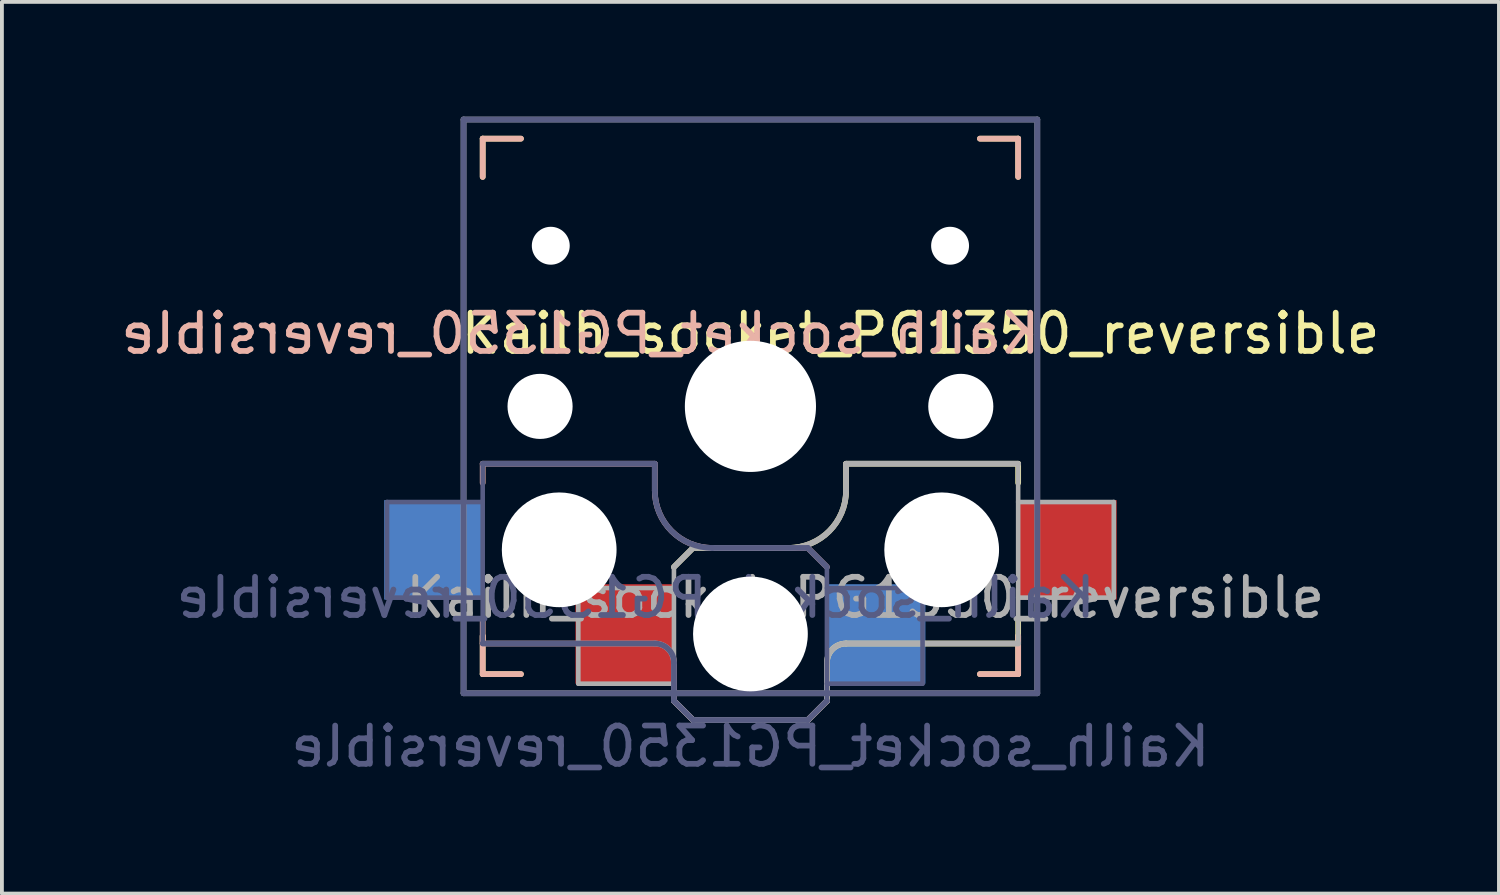
<source format=kicad_pcb>
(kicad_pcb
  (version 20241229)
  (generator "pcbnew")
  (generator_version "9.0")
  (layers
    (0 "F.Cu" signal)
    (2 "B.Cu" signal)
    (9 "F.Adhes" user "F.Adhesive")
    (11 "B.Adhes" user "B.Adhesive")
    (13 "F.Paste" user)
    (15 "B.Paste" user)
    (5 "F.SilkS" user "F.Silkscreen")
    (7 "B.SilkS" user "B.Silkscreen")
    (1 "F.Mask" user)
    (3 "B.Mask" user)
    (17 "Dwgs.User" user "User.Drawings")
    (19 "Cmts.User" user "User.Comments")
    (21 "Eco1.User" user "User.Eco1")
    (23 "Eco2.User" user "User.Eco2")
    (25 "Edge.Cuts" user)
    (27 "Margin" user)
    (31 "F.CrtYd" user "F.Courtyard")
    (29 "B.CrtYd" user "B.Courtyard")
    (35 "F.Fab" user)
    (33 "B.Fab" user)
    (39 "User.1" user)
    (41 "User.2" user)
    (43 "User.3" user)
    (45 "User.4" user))
  (footprint "Kailh_socket_PG1350_reversible"
    (layer "F.Cu")
    (at 16.57 7.575)
    (property "Reference" "Kailh_socket_PG1350_reversible" (at 4.445 -1.905 0) (layer "F.SilkS") (effects (font (size 1 1) (thickness 0.15))))
    (property "Value" "Kailh_socket_PG1350_reversible" (at 0 8.89 0) (layer "F.Fab") (hide yes) (effects (font (size 1 1) (thickness 0.15))))
    (attr smd)
    (fp_line (start -7 -7) (end -6 -7) (stroke (width 0.15) (type solid)) (layer "F.SilkS"))
    (fp_line (start -7 -6) (end -7 -7) (stroke (width 0.15) (type solid)) (layer "F.SilkS"))
    (fp_line (start -7 7) (end -7 6) (stroke (width 0.15) (type solid)) (layer "F.SilkS"))
    (fp_line (start -6 7) (end -7 7) (stroke (width 0.15) (type solid)) (layer "F.SilkS"))
    (fp_line (start -2 4.2) (end -1.5 3.7) (stroke (width 0.15) (type solid)) (layer "F.SilkS"))
    (fp_line (start -2 7.7) (end -1.5 8.2) (stroke (width 0.15) (type solid)) (layer "F.SilkS"))
    (fp_line (start -1.5 3.7) (end 1 3.7) (stroke (width 0.15) (type solid)) (layer "F.SilkS"))
    (fp_line (start -1.5 8.2) (end 1.5 8.2) (stroke (width 0.15) (type solid)) (layer "F.SilkS"))
    (fp_line (start 1.5 8.2) (end 2 7.7) (stroke (width 0.15) (type solid)) (layer "F.SilkS"))
    (fp_line (start 2 6.7) (end 2 7.7) (stroke (width 0.15) (type solid)) (layer "F.SilkS"))
    (fp_line (start 2.5 1.5) (end 7 1.5) (stroke (width 0.15) (type solid)) (layer "F.SilkS"))
    (fp_line (start 2.5 2.2) (end 2.5 1.5) (stroke (width 0.15) (type solid)) (layer "F.SilkS"))
    (fp_line (start 6 -7) (end 7 -7) (stroke (width 0.15) (type solid)) (layer "F.SilkS"))
    (fp_line (start 7 -7) (end 7 -6) (stroke (width 0.15) (type solid)) (layer "F.SilkS"))
    (fp_line (start 7 1.5) (end 7 2) (stroke (width 0.15) (type solid)) (layer "F.SilkS"))
    (fp_line (start 7 5.6) (end 7 6.2) (stroke (width 0.15) (type solid)) (layer "F.SilkS"))
    (fp_line (start 7 6) (end 7 7) (stroke (width 0.15) (type solid)) (layer "F.SilkS"))
    (fp_line (start 7 6.2) (end 2.5 6.2) (stroke (width 0.15) (type solid)) (layer "F.SilkS"))
    (fp_line (start 7 7) (end 6 7) (stroke (width 0.15) (type solid)) (layer "F.SilkS"))
    (fp_arc (start 2 6.7) (mid 2.146447 6.346447) (end 2.5 6.2) (stroke (width 0.15) (type solid)) (layer "F.SilkS"))
    (fp_arc (start 2.5 2.2) (mid 2.06066 3.26066) (end 1 3.7) (stroke (width 0.15) (type solid)) (layer "F.SilkS"))
    (fp_line (start -7 -7) (end -6 -7) (stroke (width 0.15) (type solid)) (layer "B.SilkS"))
    (fp_line (start -7 -6) (end -7 -7) (stroke (width 0.15) (type solid)) (layer "B.SilkS"))
    (fp_line (start -7 1.5) (end -7 2) (stroke (width 0.15) (type solid)) (layer "B.SilkS"))
    (fp_line (start -7 5.6) (end -7 6.2) (stroke (width 0.15) (type solid)) (layer "B.SilkS"))
    (fp_line (start -7 6.2) (end -2.5 6.2) (stroke (width 0.15) (type solid)) (layer "B.SilkS"))
    (fp_line (start -7 7) (end -7 6) (stroke (width 0.15) (type solid)) (layer "B.SilkS"))
    (fp_line (start -6 7) (end -7 7) (stroke (width 0.15) (type solid)) (layer "B.SilkS"))
    (fp_line (start -2.5 1.5) (end -7 1.5) (stroke (width 0.15) (type solid)) (layer "B.SilkS"))
    (fp_line (start -2.5 2.2) (end -2.5 1.5) (stroke (width 0.15) (type solid)) (layer "B.SilkS"))
    (fp_line (start -2 6.7) (end -2 7.7) (stroke (width 0.15) (type solid)) (layer "B.SilkS"))
    (fp_line (start -1.5 8.2) (end -2 7.7) (stroke (width 0.15) (type solid)) (layer "B.SilkS"))
    (fp_line (start 1.5 3.7) (end -1 3.7) (stroke (width 0.15) (type solid)) (layer "B.SilkS"))
    (fp_line (start 1.5 8.2) (end -1.5 8.2) (stroke (width 0.15) (type solid)) (layer "B.SilkS"))
    (fp_line (start 2 4.2) (end 1.5 3.7) (stroke (width 0.15) (type solid)) (layer "B.SilkS"))
    (fp_line (start 2 7.7) (end 1.5 8.2) (stroke (width 0.15) (type solid)) (layer "B.SilkS"))
    (fp_line (start 6 -7) (end 7 -7) (stroke (width 0.15) (type solid)) (layer "B.SilkS"))
    (fp_line (start 7 -7) (end 7 -6) (stroke (width 0.15) (type solid)) (layer "B.SilkS"))
    (fp_line (start 7 6) (end 7 7) (stroke (width 0.15) (type solid)) (layer "B.SilkS"))
    (fp_line (start 7 7) (end 6 7) (stroke (width 0.15) (type solid)) (layer "B.SilkS"))
    (fp_arc (start -2.5 6.2) (mid -2.146447 6.346447) (end -2 6.7) (stroke (width 0.15) (type solid)) (layer "B.SilkS"))
    (fp_arc (start -1 3.7) (mid -2.06066 3.26066) (end -2.5 2.2) (stroke (width 0.15) (type solid)) (layer "B.SilkS"))
    (fp_line (start -6.9 6.9) (end -6.9 -6.9) (stroke (width 0.15) (type solid)) (layer "Eco2.User"))
    (fp_line (start -6.9 6.9) (end 6.9 6.9) (stroke (width 0.15) (type solid)) (layer "Eco2.User"))
    (fp_line (start -2.6 -3.1) (end -2.6 -6.3) (stroke (width 0.15) (type solid)) (layer "Eco2.User"))
    (fp_line (start -2.6 -3.1) (end 2.6 -3.1) (stroke (width 0.15) (type solid)) (layer "Eco2.User"))
    (fp_line (start 2.6 -6.3) (end -2.6 -6.3) (stroke (width 0.15) (type solid)) (layer "Eco2.User"))
    (fp_line (start 2.6 -3.1) (end 2.6 -6.3) (stroke (width 0.15) (type solid)) (layer "Eco2.User"))
    (fp_line (start 6.9 -6.9) (end -6.9 -6.9) (stroke (width 0.15) (type solid)) (layer "Eco2.User"))
    (fp_line (start 6.9 -6.9) (end 6.9 6.9) (stroke (width 0.15) (type solid)) (layer "Eco2.User"))
    (fp_line (start -9.5 2.5) (end -7 2.5) (stroke (width 0.12) (type solid)) (layer "B.Fab"))
    (fp_line (start -9.5 5) (end -9.5 2.5) (stroke (width 0.12) (type solid)) (layer "B.Fab"))
    (fp_line (start -7.5 -7.5) (end 7.5 -7.5) (stroke (width 0.15) (type solid)) (layer "B.Fab"))
    (fp_line (start -7.5 7.5) (end -7.5 -7.5) (stroke (width 0.15) (type solid)) (layer "B.Fab"))
    (fp_line (start -7 1.5) (end -7 6.2) (stroke (width 0.12) (type solid)) (layer "B.Fab"))
    (fp_line (start -7 5) (end -9.5 5) (stroke (width 0.12) (type solid)) (layer "B.Fab"))
    (fp_line (start -7 6.2) (end -2.5 6.2) (stroke (width 0.15) (type solid)) (layer "B.Fab"))
    (fp_line (start -2.5 1.5) (end -7 1.5) (stroke (width 0.15) (type solid)) (layer "B.Fab"))
    (fp_line (start -2.5 2.2) (end -2.5 1.5) (stroke (width 0.15) (type solid)) (layer "B.Fab"))
    (fp_line (start -2 6.7) (end -2 7.7) (stroke (width 0.15) (type solid)) (layer "B.Fab"))
    (fp_line (start -1.5 8.2) (end -2 7.7) (stroke (width 0.15) (type solid)) (layer "B.Fab"))
    (fp_line (start 1.5 3.7) (end -1 3.7) (stroke (width 0.15) (type solid)) (layer "B.Fab"))
    (fp_line (start 1.5 8.2) (end -1.5 8.2) (stroke (width 0.15) (type solid)) (layer "B.Fab"))
    (fp_line (start 2 4.2) (end 1.5 3.7) (stroke (width 0.15) (type solid)) (layer "B.Fab"))
    (fp_line (start 2 4.25) (end 2 7.7) (stroke (width 0.12) (type solid)) (layer "B.Fab"))
    (fp_line (start 2 4.75) (end 4.5 4.75) (stroke (width 0.12) (type solid)) (layer "B.Fab"))
    (fp_line (start 2 7.7) (end 1.5 8.2) (stroke (width 0.15) (type solid)) (layer "B.Fab"))
    (fp_line (start 4.5 4.75) (end 4.5 7.25) (stroke (width 0.12) (type solid)) (layer "B.Fab"))
    (fp_line (start 4.5 7.25) (end 2 7.25) (stroke (width 0.12) (type solid)) (layer "B.Fab"))
    (fp_line (start 7.5 -7.5) (end 7.5 7.5) (stroke (width 0.15) (type solid)) (layer "B.Fab"))
    (fp_line (start 7.5 7.5) (end -7.5 7.5) (stroke (width 0.15) (type solid)) (layer "B.Fab"))
    (fp_arc (start -2.5 6.2) (mid -2.146447 6.346447) (end -2 6.7) (stroke (width 0.15) (type solid)) (layer "B.Fab"))
    (fp_arc (start -1 3.7) (mid -2.06066 3.26066) (end -2.5 2.2) (stroke (width 0.15) (type solid)) (layer "B.Fab"))
    (fp_line (start -7.5 -7.5) (end 7.5 -7.5) (stroke (width 0.15) (type solid)) (layer "F.Fab"))
    (fp_line (start -7.5 7.5) (end -7.5 -7.5) (stroke (width 0.15) (type solid)) (layer "F.Fab"))
    (fp_line (start -4.5 4.75) (end -4.5 7.25) (stroke (width 0.12) (type solid)) (layer "F.Fab"))
    (fp_line (start -4.5 7.25) (end -2 7.25) (stroke (width 0.12) (type solid)) (layer "F.Fab"))
    (fp_line (start -2 4.2) (end -1.5 3.7) (stroke (width 0.15) (type solid)) (layer "F.Fab"))
    (fp_line (start -2 4.25) (end -2 7.7) (stroke (width 0.12) (type solid)) (layer "F.Fab"))
    (fp_line (start -2 4.75) (end -4.5 4.75) (stroke (width 0.12) (type solid)) (layer "F.Fab"))
    (fp_line (start -2 7.7) (end -1.5 8.2) (stroke (width 0.15) (type solid)) (layer "F.Fab"))
    (fp_line (start -1.5 3.7) (end 1 3.7) (stroke (width 0.15) (type solid)) (layer "F.Fab"))
    (fp_line (start -1.5 8.2) (end 1.5 8.2) (stroke (width 0.15) (type solid)) (layer "F.Fab"))
    (fp_line (start 1.5 8.2) (end 2 7.7) (stroke (width 0.15) (type solid)) (layer "F.Fab"))
    (fp_line (start 2 6.7) (end 2 7.7) (stroke (width 0.15) (type solid)) (layer "F.Fab"))
    (fp_line (start 2.5 1.5) (end 7 1.5) (stroke (width 0.15) (type solid)) (layer "F.Fab"))
    (fp_line (start 2.5 2.2) (end 2.5 1.5) (stroke (width 0.15) (type solid)) (layer "F.Fab"))
    (fp_line (start 7 1.5) (end 7 6.2) (stroke (width 0.12) (type solid)) (layer "F.Fab"))
    (fp_line (start 7 5) (end 9.5 5) (stroke (width 0.12) (type solid)) (layer "F.Fab"))
    (fp_line (start 7 6.2) (end 2.5 6.2) (stroke (width 0.15) (type solid)) (layer "F.Fab"))
    (fp_line (start 7.5 -7.5) (end 7.5 7.5) (stroke (width 0.15) (type solid)) (layer "F.Fab"))
    (fp_line (start 7.5 7.5) (end -7.5 7.5) (stroke (width 0.15) (type solid)) (layer "F.Fab"))
    (fp_line (start 9.5 2.5) (end 7 2.5) (stroke (width 0.12) (type solid)) (layer "F.Fab"))
    (fp_line (start 9.5 5) (end 9.5 2.5) (stroke (width 0.12) (type solid)) (layer "F.Fab"))
    (fp_arc (start 2 6.7) (mid 2.146447 6.346447) (end 2.5 6.2) (stroke (width 0.15) (type solid)) (layer "F.Fab"))
    (fp_arc (start 2.5 2.2) (mid 2.06066 3.26066) (end 1 3.7) (stroke (width 0.15) (type solid)) (layer "F.Fab"))
    (fp_text user "${REFERENCE}" (at -4.445 -1.905 0) (layer "B.SilkS") (effects (font (size 1 1) (thickness 0.15)) (justify mirror)))
    (fp_text user "${REFERENCE}" (at -3 5 0) (layer "B.Fab") (effects (font (size 1 1) (thickness 0.15)) (justify mirror)))
    (fp_text user "${VALUE}" (at 0 8.89 0) (layer "B.Fab") (effects (font (size 1 1) (thickness 0.15)) (justify mirror)))
    (fp_text user "${REFERENCE}" (at 3 5 180) (layer "F.Fab") (effects (font (size 1 1) (thickness 0.15))))
    (pad "" np_thru_hole circle (at -5.5 0) (size 1.702 1.702) (drill 1.702) (layers "*.Cu" "*.Mask"))
    (pad "" np_thru_hole circle (at -5.22 -4.2) (size 0.991 0.991) (drill 0.991) (layers "*.Cu" "*.Mask"))
    (pad "" np_thru_hole circle (at -5 3.75) (size 3 3) (drill 3) (layers "*.Cu" "*.Mask"))
    (pad "" np_thru_hole circle (at 0 0) (size 3.429 3.429) (drill 3.429) (layers "*.Cu" "*.Mask"))
    (pad "" np_thru_hole circle (at 0 5.95) (size 3 3) (drill 3) (layers "*.Cu" "*.Mask"))
    (pad "" np_thru_hole circle (at 5 3.75) (size 3 3) (drill 3) (layers "*.Cu" "*.Mask"))
    (pad "" np_thru_hole circle (at 5.22 -4.2) (size 0.991 0.991) (drill 0.991) (layers "*.Cu" "*.Mask"))
    (pad "" np_thru_hole circle (at 5.5 0) (size 1.702 1.702) (drill 1.702) (layers "*.Cu" "*.Mask"))
    (pad "1" smd rect (at -3.275 5.95) (size 2.6 2.6) (layers "F.Cu" "F.Mask" "F.Paste"))
    (pad "1" smd rect (at 3.275 5.95) (size 2.6 2.6) (layers "B.Cu" "B.Mask" "B.Paste"))
    (pad "2" smd rect (at -8.275 3.75) (size 2.6 2.6) (layers "B.Cu" "B.Mask" "B.Paste"))
    (pad "2" smd rect (at 8.275 3.75) (size 2.6 2.6) (layers "F.Cu" "F.Mask" "F.Paste")))
  (gr_rect
    (start -3 -3)
    (end 36.14 20.313)
    (stroke (width 0.1) (type default))
    (fill no)
    (layer "Edge.Cuts")))
</source>
